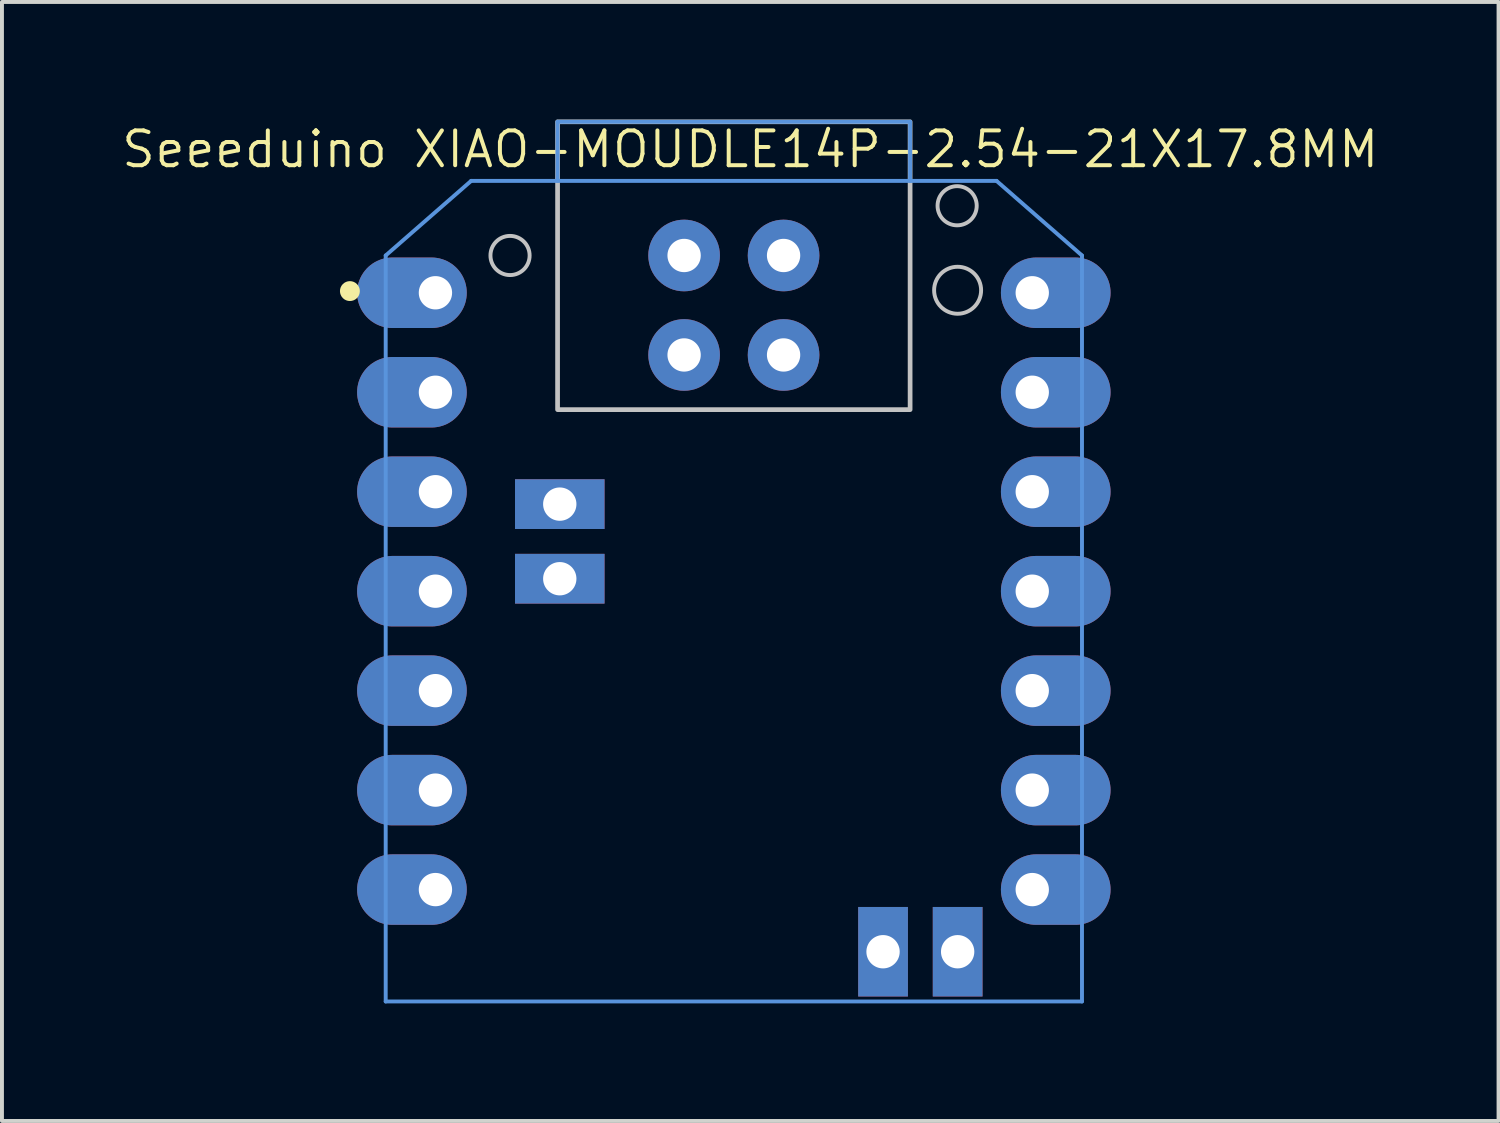
<source format=kicad_pcb>
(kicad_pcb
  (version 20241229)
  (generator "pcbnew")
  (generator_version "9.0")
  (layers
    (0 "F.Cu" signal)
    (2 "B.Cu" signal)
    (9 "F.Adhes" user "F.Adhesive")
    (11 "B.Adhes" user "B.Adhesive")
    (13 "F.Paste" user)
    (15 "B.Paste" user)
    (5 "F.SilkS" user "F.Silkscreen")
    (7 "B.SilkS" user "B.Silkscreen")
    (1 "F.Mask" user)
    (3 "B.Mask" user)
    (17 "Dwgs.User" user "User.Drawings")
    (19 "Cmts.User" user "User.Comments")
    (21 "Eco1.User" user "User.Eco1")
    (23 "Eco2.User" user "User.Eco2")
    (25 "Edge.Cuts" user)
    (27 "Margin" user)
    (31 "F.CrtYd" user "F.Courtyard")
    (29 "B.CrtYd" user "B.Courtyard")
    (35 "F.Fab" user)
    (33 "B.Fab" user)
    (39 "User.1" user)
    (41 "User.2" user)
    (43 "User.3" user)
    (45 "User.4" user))
  (footprint "Seeeduino XIAO-MOUDLE14P-2.54-21X17.8MM"
    (layer "F.Cu")
    (at 15.689 12.046)
    (property "Reference" "Seeeduino XIAO-MOUDLE14P-2.54-21X17.8MM" (at 0.419 -11.283 0) (layer "F.SilkS") (effects (font (size 0.889 0.889) (thickness 0.102))))
    (attr smd)
    (fp_circle (center -9.804 -7.663) (end -9.804 -7.917) (stroke (width 0) (type solid)) (fill yes) (layer "F.SilkS"))
    (fp_rect (start -4.501 -11.986) (end 4.501 -4.636) (stroke (width 0.12) (type solid)) (fill no) (layer "Dwgs.User"))
    (fp_circle (center -5.715 -8.572) (end -5.215 -8.572) (stroke (width 0.1) (type solid)) (fill no) (layer "Dwgs.User"))
    (fp_circle (center 5.702 -9.842) (end 6.202 -9.842) (stroke (width 0.1) (type solid)) (fill no) (layer "Dwgs.User"))
    (fp_circle (center 5.714 -7.684) (end 6.314 -7.684) (stroke (width 0.1) (type solid)) (fill no) (layer "Dwgs.User"))
    (fp_line (start -8.89 -8.572) (end -8.89 10.477) (stroke (width 0.1) (type solid)) (layer "Cmts.User"))
    (fp_line (start -8.89 10.477) (end 8.89 10.477) (stroke (width 0.1) (type solid)) (layer "Cmts.User"))
    (fp_line (start -6.708 -10.477) (end -8.89 -8.572) (stroke (width 0.1) (type solid)) (layer "Cmts.User"))
    (fp_line (start -4.501 -11.986) (end -4.501 -10.477) (stroke (width 0.1) (type solid)) (layer "Cmts.User"))
    (fp_line (start 4.501 -11.986) (end -4.501 -11.986) (stroke (width 0.1) (type solid)) (layer "Cmts.User"))
    (fp_line (start 4.501 -10.477) (end 4.501 -11.986) (stroke (width 0.1) (type solid)) (layer "Cmts.User"))
    (fp_line (start 6.708 -10.477) (end -6.708 -10.477) (stroke (width 0.1) (type solid)) (layer "Cmts.User"))
    (fp_line (start 8.89 -8.572) (end 6.708 -10.477) (stroke (width 0.1) (type solid)) (layer "Cmts.User"))
    (fp_line (start 8.89 10.477) (end 8.89 -8.572) (stroke (width 0.1) (type solid)) (layer "Cmts.User"))
    (pad "1" thru_hole oval (at -7.62 -7.62) (size 2.8 1.8) (drill 0.851 (offset -0.6 0)) (layers "*.Cu" "*.Mask"))
    (pad "2" thru_hole oval (at -7.62 -5.08) (size 2.8 1.8) (drill 0.851 (offset -0.6 0)) (layers "*.Cu" "*.Mask"))
    (pad "3" thru_hole oval (at -7.62 -2.54) (size 2.8 1.8) (drill 0.851 (offset -0.6 0)) (layers "*.Cu" "*.Mask"))
    (pad "4" thru_hole oval (at -7.62 0) (size 2.8 1.8) (drill 0.851 (offset -0.6 0)) (layers "*.Cu" "*.Mask"))
    (pad "5" thru_hole oval (at -7.62 2.54) (size 2.8 1.8) (drill 0.851 (offset -0.6 0)) (layers "*.Cu" "*.Mask"))
    (pad "6" thru_hole oval (at -7.62 5.08) (size 2.8 1.8) (drill 0.851 (offset -0.6 0)) (layers "*.Cu" "*.Mask"))
    (pad "7" thru_hole oval (at -7.62 7.62) (size 2.8 1.8) (drill 0.851 (offset -0.6 0)) (layers "*.Cu" "*.Mask"))
    (pad "8" thru_hole oval (at 7.62 7.62 180) (size 2.8 1.8) (drill 0.851 (offset -0.6 0)) (layers "*.Cu" "*.Mask"))
    (pad "9" thru_hole oval (at 7.62 5.08 180) (size 2.8 1.8) (drill 0.851 (offset -0.6 0)) (layers "*.Cu" "*.Mask"))
    (pad "10" thru_hole oval (at 7.62 2.54 180) (size 2.8 1.8) (drill 0.851 (offset -0.6 0)) (layers "*.Cu" "*.Mask"))
    (pad "11" thru_hole oval (at 7.62 0 180) (size 2.8 1.8) (drill 0.851 (offset -0.6 0)) (layers "*.Cu" "*.Mask"))
    (pad "12" thru_hole oval (at 7.62 -2.54 180) (size 2.8 1.8) (drill 0.851 (offset -0.6 0)) (layers "*.Cu" "*.Mask"))
    (pad "13" thru_hole oval (at 7.62 -5.08 180) (size 2.8 1.8) (drill 0.851 (offset -0.6 0)) (layers "*.Cu" "*.Mask"))
    (pad "14" thru_hole oval (at 7.62 -7.62 180) (size 2.8 1.8) (drill 0.851 (offset -0.6 0)) (layers "*.Cu" "*.Mask"))
    (pad "15" thru_hole rect (at 3.81 9.207 90) (size 2.286 1.27) (drill 0.851) (layers "*.Cu" "*.Mask"))
    (pad "16" thru_hole rect (at 5.715 9.207 90) (size 2.286 1.27) (drill 0.851) (layers "*.Cu" "*.Mask"))
    (pad "17" thru_hole rect (at -4.445 -2.223) (size 2.286 1.27) (drill 0.851) (layers "*.Cu" "*.Mask"))
    (pad "18" thru_hole rect (at -4.445 -0.318) (size 2.286 1.27) (drill 0.851) (layers "*.Cu" "*.Mask"))
    (pad "19" thru_hole circle (at -1.27 -8.572) (size 1.829 1.829) (drill 0.851) (layers "*.Cu" "*.Mask"))
    (pad "20" thru_hole circle (at -1.27 -6.032) (size 1.829 1.829) (drill 0.851) (layers "*.Cu" "*.Mask"))
    (pad "21" thru_hole circle (at 1.27 -8.572) (size 1.829 1.829) (drill 0.851) (layers "*.Cu" "*.Mask"))
    (pad "22" thru_hole circle (at 1.27 -6.032) (size 1.829 1.829) (drill 0.851) (layers "*.Cu" "*.Mask")))
  (gr_rect
    (start -3 -3)
    (end 35.216 25.574)
    (stroke (width 0.1) (type default))
    (fill no)
    (layer "Edge.Cuts")))
</source>
